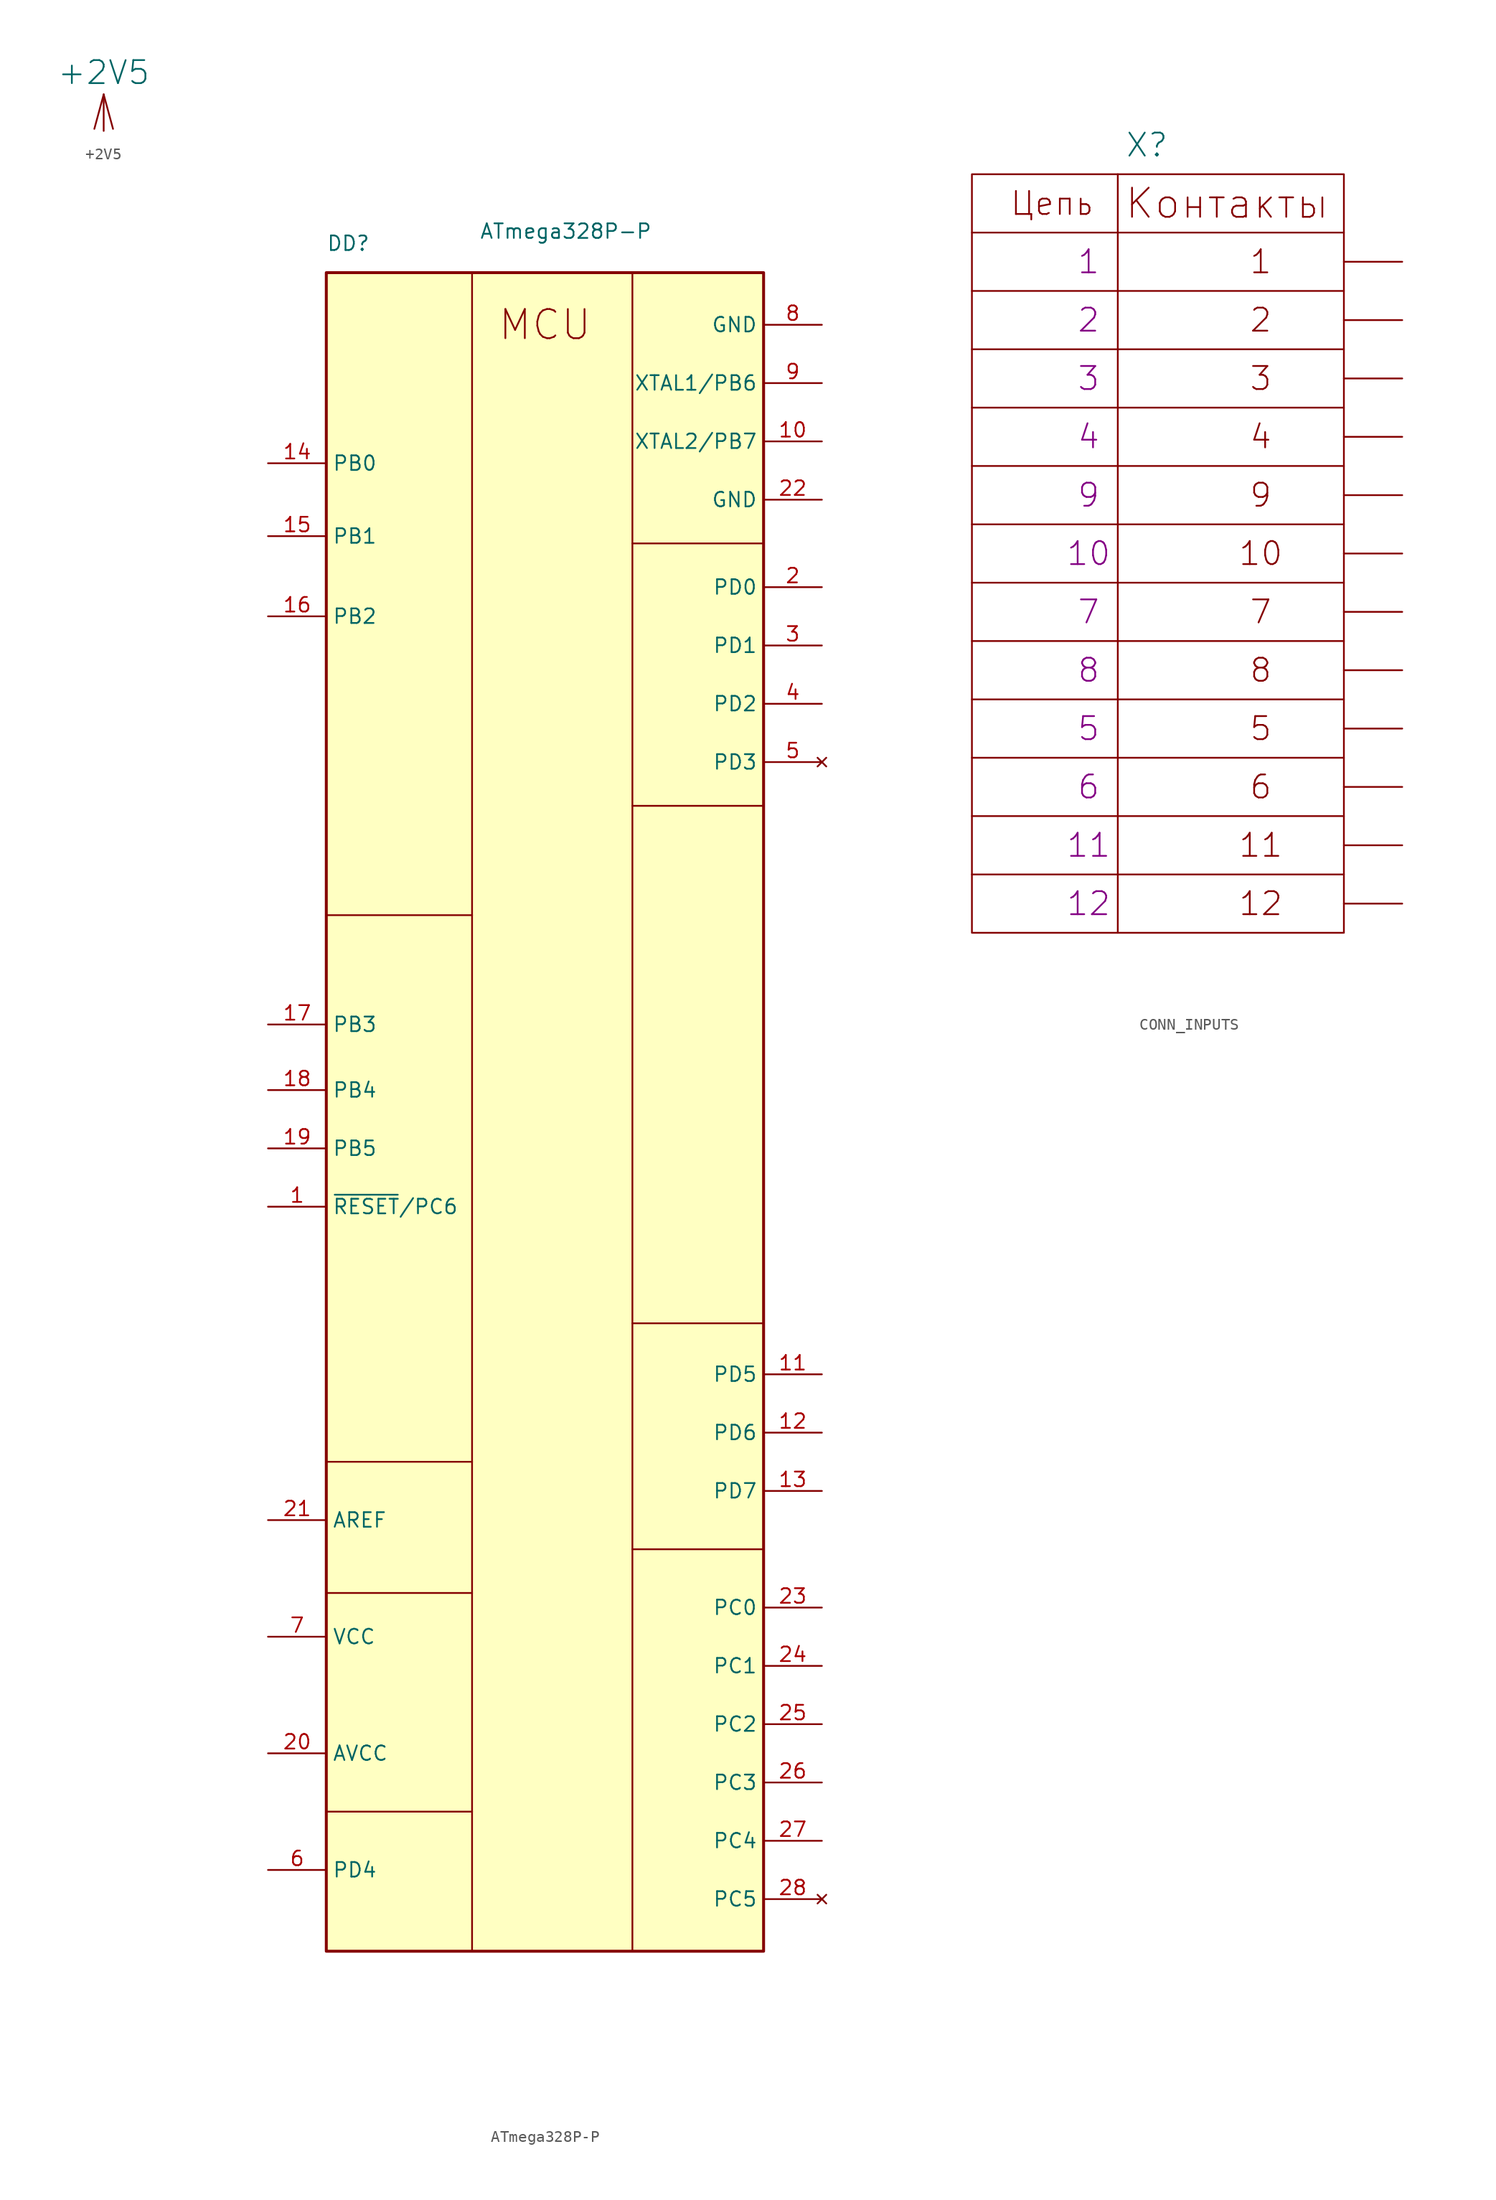
<source format=kicad_sym>
(kicad_symbol_lib
  (version 20231120)
  (generator "kicad_symbol_editor")
  (generator_version "8.0")
  (symbol "+2V5"
    (power)
    (pin_numbers hide)
    (pin_names
      (offset 0) hide)
    (property "Reference" "#PWR"
      (at 0 -2.54 0)
      (effects (font (size 2.007 2.007)) (hide yes)))
    (property "Value" "+2V5"
      (at 0 5.08 0)
      (effects (font (size 2.007 2.007))))
    (property "Footprint" ""
      (at 0 3.175 90)
      (effects (font (size 2.489 2.489))))
    (symbol "+2V5_0_1"
      (polyline (pts (xy 0 3.175) (xy -0.813 0.178)) (stroke (width 0) (type solid)) (fill (type none)))
      (polyline (pts (xy 0 3.175) (xy 0 0)) (stroke (width 0) (type solid)) (fill (type none)))
      (polyline (pts (xy 0.813 0.178) (xy 0 3.175)) (stroke (width 0) (type solid)) (fill (type none))))
    (symbol "+2V5_1_1"
      (pin power_in line (at 0 0 90) (length 0) hide (name "+5V" (effects (font (size 1.803 1.803)))) (number "1" (effects (font (size 1.803 1.803)))))))
  (symbol "ATmega328P-P"
    (property "Reference" "DD"
      (at -12.7 74.93 0)
      (effects (font (size 1.27 1.27)) (justify left bottom)))
    (property "Value" "ATmega328P-P"
      (at 0.635 77.47 0)
      (effects (font (size 1.27 1.27)) (justify left top)))
    (symbol "ATmega328P-P_0_1"
      (polyline (pts (xy -12.7 -41.91) (xy 0 -41.91)) (stroke (width 0) (type default)) (fill (type none)))
      (polyline (pts (xy -12.7 -30.48) (xy 0 -30.48)) (stroke (width 0) (type default)) (fill (type none)))
      (polyline (pts (xy -12.7 17.145) (xy 0 17.145)) (stroke (width 0) (type default)) (fill (type none))))
    (symbol "ATmega328P-P_1_1"
      (rectangle (start -12.7 73.12) (end 25.4 -73.12) (stroke (width 0.254) (type default)) (fill (type background)))
      (polyline (pts (xy -12.7 -60.96) (xy 0 -60.96)) (stroke (width 0) (type default)) (fill (type none)))
      (polyline (pts (xy 0 73.025) (xy 0 -73.025)) (stroke (width 0) (type default)) (fill (type none)))
      (polyline (pts (xy 13.97 -73.025) (xy 13.97 73.025)) (stroke (width 0) (type default)) (fill (type none)))
      (polyline (pts (xy 13.97 -38.1) (xy 25.4 -38.1)) (stroke (width 0) (type default)) (fill (type none)))
      (polyline (pts (xy 13.97 -18.415) (xy 25.4 -18.415)) (stroke (width 0) (type default)) (fill (type none)))
      (polyline (pts (xy 25.4 26.67) (xy 13.97 26.67)) (stroke (width 0) (type default)) (fill (type none)))
      (polyline (pts (xy 25.4 49.53) (xy 13.97 49.53)) (stroke (width 0) (type default)) (fill (type none)))
      (text "MCU" (at 6.35 68.58 0) (effects (font (size 2.54 2.54))))
      (pin bidirectional line (at -17.78 -8.255 0) (length 5.08) (name "~{RESET}/PC6" (effects (font (size 1.27 1.27)))) (number "1" (effects (font (size 1.27 1.27)))))
      (pin bidirectional line (at 30.48 58.42 180) (length 5.08) (name "XTAL2/PB7" (effects (font (size 1.27 1.27)))) (number "10" (effects (font (size 1.27 1.27)))))
      (pin bidirectional line (at 30.48 -22.86 180) (length 5.08) (name "PD5" (effects (font (size 1.27 1.27)))) (number "11" (effects (font (size 1.27 1.27)))))
      (pin bidirectional line (at 30.48 -27.94 180) (length 5.08) (name "PD6" (effects (font (size 1.27 1.27)))) (number "12" (effects (font (size 1.27 1.27)))))
      (pin bidirectional line (at 30.48 -33.02 180) (length 5.08) (name "PD7" (effects (font (size 1.27 1.27)))) (number "13" (effects (font (size 1.27 1.27)))))
      (pin bidirectional line (at -17.78 56.515 0) (length 5.08) (name "PB0" (effects (font (size 1.27 1.27)))) (number "14" (effects (font (size 1.27 1.27)))))
      (pin bidirectional line (at -17.78 50.165 0) (length 5.08) (name "PB1" (effects (font (size 1.27 1.27)))) (number "15" (effects (font (size 1.27 1.27)))))
      (pin bidirectional line (at -17.78 43.18 0) (length 5.08) (name "PB2" (effects (font (size 1.27 1.27)))) (number "16" (effects (font (size 1.27 1.27)))))
      (pin bidirectional line (at -17.78 7.62 0) (length 5.08) (name "PB3" (effects (font (size 1.27 1.27)))) (number "17" (effects (font (size 1.27 1.27)))))
      (pin bidirectional line (at -17.78 1.905 0) (length 5.08) (name "PB4" (effects (font (size 1.27 1.27)))) (number "18" (effects (font (size 1.27 1.27)))))
      (pin bidirectional line (at -17.78 -3.175 0) (length 5.08) (name "PB5" (effects (font (size 1.27 1.27)))) (number "19" (effects (font (size 1.27 1.27)))))
      (pin bidirectional line (at 30.48 45.72 180) (length 5.08) (name "PD0" (effects (font (size 1.27 1.27)))) (number "2" (effects (font (size 1.27 1.27)))))
      (pin power_in line (at -17.78 -55.88 0) (length 5.08) (name "AVCC" (effects (font (size 1.27 1.27)))) (number "20" (effects (font (size 1.27 1.27)))))
      (pin passive line (at -17.78 -35.56 0) (length 5.08) (name "AREF" (effects (font (size 1.27 1.27)))) (number "21" (effects (font (size 1.27 1.27)))))
      (pin passive line (at 30.48 53.34 180) (length 5.08) (name "GND" (effects (font (size 1.27 1.27)))) (number "22" (effects (font (size 1.27 1.27)))))
      (pin bidirectional line (at 30.48 -43.18 180) (length 5.08) (name "PC0" (effects (font (size 1.27 1.27)))) (number "23" (effects (font (size 1.27 1.27)))))
      (pin bidirectional line (at 30.48 -48.26 180) (length 5.08) (name "PC1" (effects (font (size 1.27 1.27)))) (number "24" (effects (font (size 1.27 1.27)))))
      (pin bidirectional line (at 30.48 -53.34 180) (length 5.08) (name "PC2" (effects (font (size 1.27 1.27)))) (number "25" (effects (font (size 1.27 1.27)))))
      (pin bidirectional line (at 30.48 -58.42 180) (length 5.08) (name "PC3" (effects (font (size 1.27 1.27)))) (number "26" (effects (font (size 1.27 1.27)))))
      (pin bidirectional line (at 30.48 -63.5 180) (length 5.08) (name "PC4" (effects (font (size 1.27 1.27)))) (number "27" (effects (font (size 1.27 1.27)))))
      (pin no_connect line (at 30.48 -68.58 180) (length 5.08) (name "PC5" (effects (font (size 1.27 1.27)))) (number "28" (effects (font (size 1.27 1.27)))))
      (pin bidirectional line (at 30.48 40.64 180) (length 5.08) (name "PD1" (effects (font (size 1.27 1.27)))) (number "3" (effects (font (size 1.27 1.27)))))
      (pin bidirectional line (at 30.48 35.56 180) (length 5.08) (name "PD2" (effects (font (size 1.27 1.27)))) (number "4" (effects (font (size 1.27 1.27)))))
      (pin no_connect line (at 30.48 30.48 180) (length 5.08) (name "PD3" (effects (font (size 1.27 1.27)))) (number "5" (effects (font (size 1.27 1.27)))))
      (pin bidirectional line (at -17.78 -66.04 0) (length 5.08) (name "PD4" (effects (font (size 1.27 1.27)))) (number "6" (effects (font (size 1.27 1.27)))))
      (pin power_in line (at -17.78 -45.72 0) (length 5.08) (name "VCC" (effects (font (size 1.27 1.27)))) (number "7" (effects (font (size 1.27 1.27)))))
      (pin power_in line (at 30.48 68.58 180) (length 5.08) (name "GND" (effects (font (size 1.27 1.27)))) (number "8" (effects (font (size 1.27 1.27)))))
      (pin bidirectional line (at 30.48 63.5 180) (length 5.08) (name "XTAL1/PB6" (effects (font (size 1.27 1.27)))) (number "9" (effects (font (size 1.27 1.27)))))))
  (symbol "CONN_INPUTS"
    (pin_numbers hide)
    (pin_names
      (offset 0) hide)
    (property "Reference" "X"
      (at 0 35.56 0)
      (effects (font (size 2.007 2.007))))
    (property "PIN1" "1"
      (at -5.08 25.4 0)
      (effects (font (size 2.007 2.007))))
    (property "PIN2" "2"
      (at -5.08 20.32 0)
      (effects (font (size 2.007 2.007))))
    (property "PIN3" "3"
      (at -5.08 15.24 0)
      (effects (font (size 2.007 2.007))))
    (property "PIN4" "4"
      (at -5.08 10.16 0)
      (effects (font (size 2.007 2.007))))
    (property "PIN5" "5"
      (at -5.08 -15.24 0)
      (effects (font (size 2.007 2.007))))
    (property "PIN6" "6"
      (at -5.08 -20.32 0)
      (effects (font (size 2.007 2.007))))
    (property "PIN7" "7"
      (at -5.08 -5.08 0)
      (effects (font (size 2.007 2.007))))
    (property "PIN8" "8"
      (at -5.08 -10.16 0)
      (effects (font (size 2.007 2.007))))
    (property "PIN9" "9"
      (at -5.08 5.08 0)
      (effects (font (size 2.007 2.007))))
    (property "PIN10" "10"
      (at -5.08 0 0)
      (effects (font (size 2.007 2.007))))
    (property "PIN11" "11"
      (at -5.08 -25.4 0)
      (effects (font (size 2.007 2.007))))
    (property "PIN12" "12"
      (at -5.08 -30.48 0)
      (effects (font (size 2.007 2.007))))
    (symbol "CONN_INPUTS_0_0"
      (rectangle (start -15.24 33.02) (end 17.145 -33.02) (stroke (width 0) (type solid)) (fill (type none)))
      (polyline (pts (xy -15.24 -27.94) (xy 17.145 -27.94)) (stroke (width 0) (type solid)) (fill (type none)))
      (polyline (pts (xy -15.24 -17.78) (xy 17.145 -17.78)) (stroke (width 0) (type solid)) (fill (type none)))
      (polyline (pts (xy -15.24 -12.7) (xy 17.145 -12.7)) (stroke (width 0) (type solid)) (fill (type none)))
      (polyline (pts (xy -15.24 -7.62) (xy 17.145 -7.62)) (stroke (width 0) (type solid)) (fill (type none)))
      (polyline (pts (xy -15.24 -2.54) (xy 17.145 -2.54)) (stroke (width 0) (type solid)) (fill (type none)))
      (polyline (pts (xy -15.24 2.54) (xy 17.145 2.54)) (stroke (width 0) (type solid)) (fill (type none)))
      (polyline (pts (xy -15.24 12.7) (xy 17.145 12.7)) (stroke (width 0) (type solid)) (fill (type none)))
      (polyline (pts (xy -15.24 17.78) (xy 17.145 17.78)) (stroke (width 0) (type solid)) (fill (type none)))
      (polyline (pts (xy -15.24 22.86) (xy 17.145 22.86)) (stroke (width 0) (type solid)) (fill (type none)))
      (polyline (pts (xy -15.24 27.94) (xy 17.145 27.94)) (stroke (width 0) (type solid)) (fill (type none)))
      (polyline (pts (xy -2.54 33.02) (xy -2.54 -33.02)) (stroke (width 0) (type solid)) (fill (type none))))
    (symbol "CONN_INPUTS_1_0"
      (polyline (pts (xy -15.24 -22.86) (xy 17.145 -22.86)) (stroke (width 0) (type solid)) (fill (type none)))
      (polyline (pts (xy -15.24 7.62) (xy 17.145 7.62)) (stroke (width 0) (type solid)) (fill (type none))))
    (symbol "CONN_INPUTS_1_1"
      (text "1" (at 9.906 25.4 0) (effects (font (size 2.007 2.007))))
      (text "10" (at 9.906 0 0) (effects (font (size 2.007 2.007))))
      (text "11" (at 9.906 -25.4 0) (effects (font (size 2.007 2.007))))
      (text "12" (at 9.906 -30.48 0) (effects (font (size 2.007 2.007))))
      (text "2" (at 9.906 20.32 0) (effects (font (size 2.007 2.007))))
      (text "3" (at 9.906 15.24 0) (effects (font (size 2.007 2.007))))
      (text "4" (at 9.906 10.16 0) (effects (font (size 2.007 2.007))))
      (text "5" (at 9.906 -15.24 0) (effects (font (size 2.007 2.007))))
      (text "6" (at 9.906 -20.32 0) (effects (font (size 2.007 2.007))))
      (text "7" (at 9.906 -5.08 0) (effects (font (size 2.007 2.007))))
      (text "8" (at 9.906 -10.16 0) (effects (font (size 2.007 2.007))))
      (text "9" (at 9.906 5.08 0) (effects (font (size 2.007 2.007))))
      (text "Контакты" (at 6.985 30.48 0) (effects (font (size 2.54 2.54))))
      (text "Цепь" (at -8.255 30.48 0) (effects (font (size 2.007 2.007))))
      (pin passive line (at 22.225 25.4 180) (length 5.08) (name "1" (effects (font (size 2.007 2.007)))) (number "1" (effects (font (size 2.007 2.007)))))
      (pin passive line (at 22.225 -20.32 180) (length 5.08) (name "10" (effects (font (size 2.007 2.007)))) (number "10" (effects (font (size 2.007 2.007)))))
      (pin passive line (at 22.225 -25.4 180) (length 5.08) (name "11" (effects (font (size 2.007 2.007)))) (number "11" (effects (font (size 2.007 2.007)))))
      (pin passive line (at 22.225 -30.48 180) (length 5.08) (name "12" (effects (font (size 2.007 2.007)))) (number "12" (effects (font (size 2.007 2.007)))))
      (pin passive line (at 22.225 20.32 180) (length 5.08) (name "2" (effects (font (size 2.007 2.007)))) (number "2" (effects (font (size 2.007 2.007)))))
      (pin passive line (at 22.225 15.24 180) (length 5.08) (name "3" (effects (font (size 2.007 2.007)))) (number "3" (effects (font (size 2.007 2.007)))))
      (pin passive line (at 22.225 10.16 180) (length 5.08) (name "4" (effects (font (size 2.007 2.007)))) (number "4" (effects (font (size 2.007 2.007)))))
      (pin passive line (at 22.225 5.08 180) (length 5.08) (name "5" (effects (font (size 2.007 2.007)))) (number "5" (effects (font (size 2.007 2.007)))))
      (pin passive line (at 22.225 0 180) (length 5.08) (name "6" (effects (font (size 2.007 2.007)))) (number "6" (effects (font (size 2.007 2.007)))))
      (pin passive line (at 22.225 -5.08 180) (length 5.08) (name "7" (effects (font (size 2.007 2.007)))) (number "7" (effects (font (size 2.007 2.007)))))
      (pin passive line (at 22.225 -10.16 180) (length 5.08) (name "8" (effects (font (size 2.007 2.007)))) (number "8" (effects (font (size 2.007 2.007)))))
      (pin passive line (at 22.225 -15.24 180) (length 5.08) (name "9" (effects (font (size 2.007 2.007)))) (number "9" (effects (font (size 2.007 2.007))))))))
</source>
